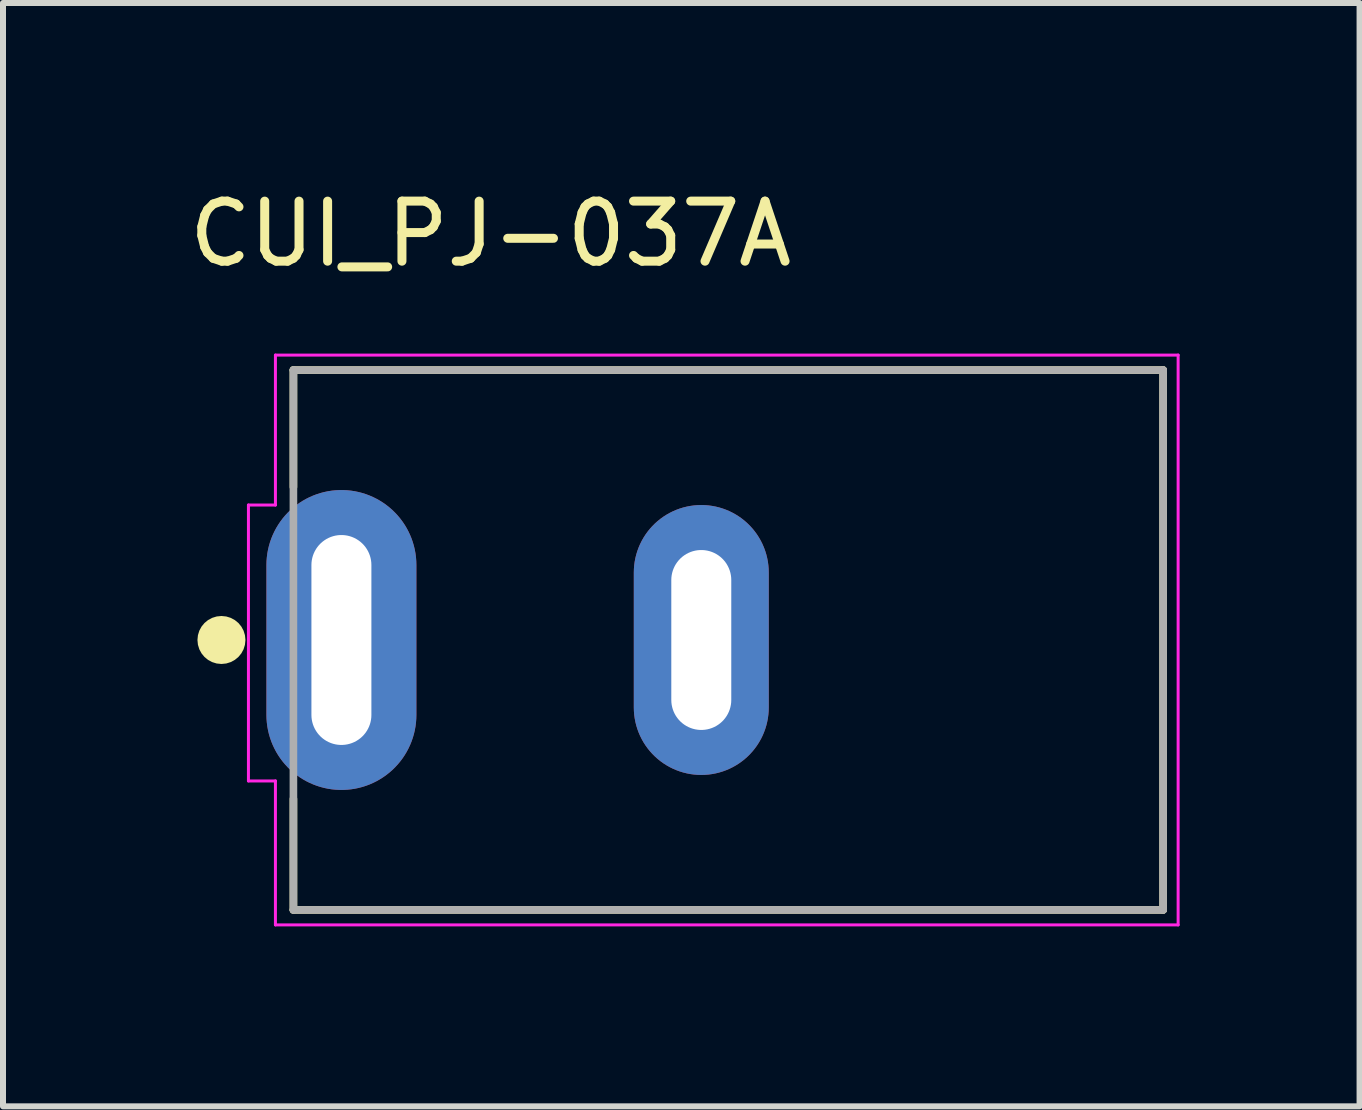
<source format=kicad_pcb>
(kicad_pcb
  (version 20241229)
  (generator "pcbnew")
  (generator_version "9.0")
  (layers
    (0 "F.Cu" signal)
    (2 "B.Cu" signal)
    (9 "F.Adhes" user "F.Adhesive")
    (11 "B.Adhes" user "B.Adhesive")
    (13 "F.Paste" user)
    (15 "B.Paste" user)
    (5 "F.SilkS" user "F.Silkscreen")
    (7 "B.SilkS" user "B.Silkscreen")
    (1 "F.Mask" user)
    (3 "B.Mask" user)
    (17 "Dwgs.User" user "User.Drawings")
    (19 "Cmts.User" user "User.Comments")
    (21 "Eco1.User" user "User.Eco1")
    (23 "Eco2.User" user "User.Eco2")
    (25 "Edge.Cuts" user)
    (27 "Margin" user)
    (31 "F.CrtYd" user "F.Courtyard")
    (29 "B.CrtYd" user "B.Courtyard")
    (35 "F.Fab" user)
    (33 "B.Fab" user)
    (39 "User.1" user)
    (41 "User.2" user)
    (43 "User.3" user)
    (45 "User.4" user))
  (footprint "CUI_PJ-037A"
    (layer "F.Cu")
    (at 2.642 7.62)
    (property "Reference" "CUI_PJ-037A" (at 2.487 -6.771 0) (layer "F.SilkS") (effects (font (size 1.001 1.001) (thickness 0.15))))
    (attr through_hole)
    (fp_line (start -0.8 -4.5) (end 13.7 -4.5) (stroke (width 0.127) (type solid)) (layer "F.SilkS"))
    (fp_line (start -0.8 -2.55) (end -0.8 -4.5) (stroke (width 0.127) (type solid)) (layer "F.SilkS"))
    (fp_line (start -0.8 4.5) (end -0.8 2.65) (stroke (width 0.127) (type solid)) (layer "F.SilkS"))
    (fp_line (start 13.7 -4.5) (end 13.7 4.5) (stroke (width 0.127) (type solid)) (layer "F.SilkS"))
    (fp_line (start 13.7 4.5) (end -0.8 4.5) (stroke (width 0.127) (type solid)) (layer "F.SilkS"))
    (fp_circle (center -2 0) (end -1.8 0) (stroke (width 0.4) (type solid)) (fill no) (layer "F.SilkS"))
    (fp_line (start -1.55 -2.25) (end -1.55 2.35) (stroke (width 0.05) (type solid)) (layer "F.CrtYd"))
    (fp_line (start -1.55 2.35) (end -1.1 2.35) (stroke (width 0.05) (type solid)) (layer "F.CrtYd"))
    (fp_line (start -1.1 -4.75) (end 13.95 -4.75) (stroke (width 0.05) (type solid)) (layer "F.CrtYd"))
    (fp_line (start -1.1 -2.25) (end -1.55 -2.25) (stroke (width 0.05) (type solid)) (layer "F.CrtYd"))
    (fp_line (start -1.1 -2.25) (end -1.1 -4.75) (stroke (width 0.05) (type solid)) (layer "F.CrtYd"))
    (fp_line (start -1.1 4.75) (end -1.1 2.35) (stroke (width 0.05) (type solid)) (layer "F.CrtYd"))
    (fp_line (start 13.95 -4.75) (end 13.95 4.75) (stroke (width 0.05) (type solid)) (layer "F.CrtYd"))
    (fp_line (start 13.95 4.75) (end -1.1 4.75) (stroke (width 0.05) (type solid)) (layer "F.CrtYd"))
    (fp_line (start -0.8 -4.5) (end 13.7 -4.5) (stroke (width 0.127) (type solid)) (layer "F.Fab"))
    (fp_line (start -0.8 4.5) (end -0.8 -4.5) (stroke (width 0.127) (type solid)) (layer "F.Fab"))
    (fp_line (start 13.7 -4.5) (end 13.7 4.5) (stroke (width 0.127) (type solid)) (layer "F.Fab"))
    (fp_line (start 13.7 4.5) (end -0.8 4.5) (stroke (width 0.127) (type solid)) (layer "F.Fab"))
    (pad "1" thru_hole oval (at 0 0) (size 2.5 5) (drill oval 1 3.5) (layers "*.Cu" "*.Mask"))
    (pad "2" thru_hole oval (at 6 0) (size 2.25 4.5) (drill oval 1 3) (layers "*.Cu" "*.Mask")))
  (gr_rect
    (start -3 -3)
    (end 19.617 15.395)
    (stroke (width 0.1) (type default))
    (fill no)
    (layer "Edge.Cuts")))
</source>
